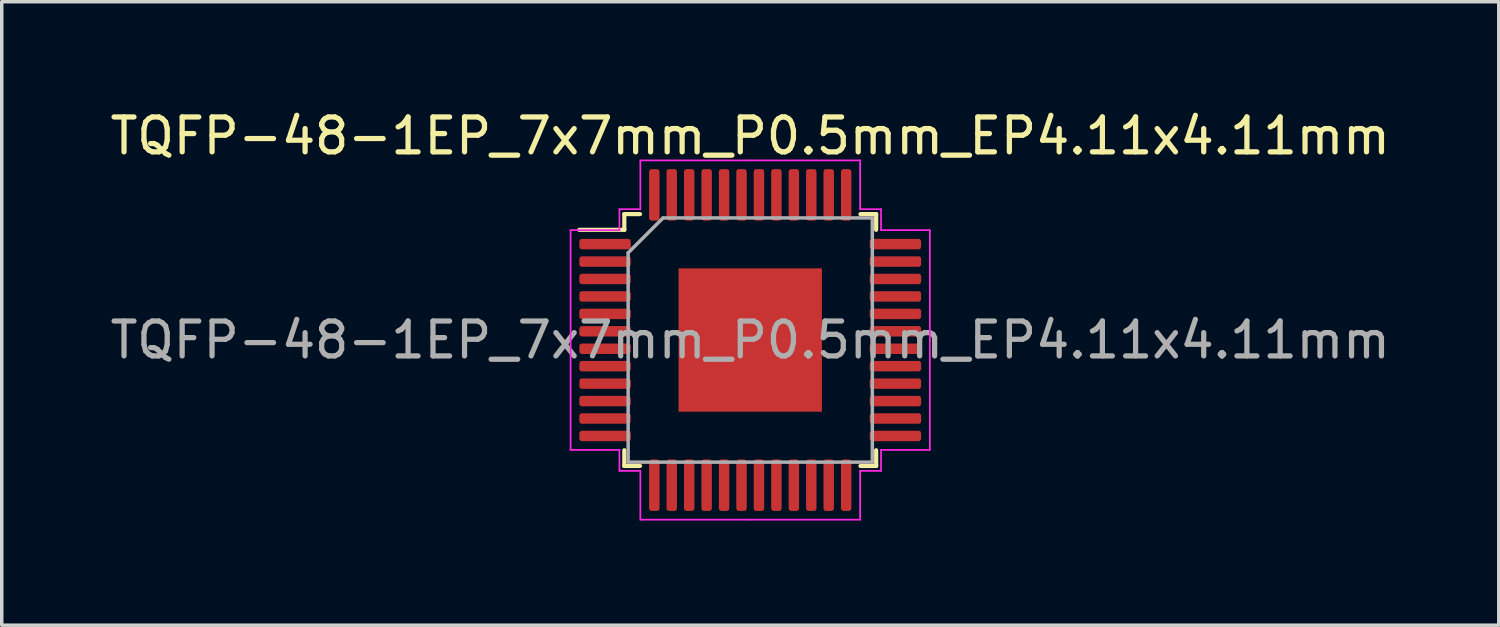
<source format=kicad_pcb>
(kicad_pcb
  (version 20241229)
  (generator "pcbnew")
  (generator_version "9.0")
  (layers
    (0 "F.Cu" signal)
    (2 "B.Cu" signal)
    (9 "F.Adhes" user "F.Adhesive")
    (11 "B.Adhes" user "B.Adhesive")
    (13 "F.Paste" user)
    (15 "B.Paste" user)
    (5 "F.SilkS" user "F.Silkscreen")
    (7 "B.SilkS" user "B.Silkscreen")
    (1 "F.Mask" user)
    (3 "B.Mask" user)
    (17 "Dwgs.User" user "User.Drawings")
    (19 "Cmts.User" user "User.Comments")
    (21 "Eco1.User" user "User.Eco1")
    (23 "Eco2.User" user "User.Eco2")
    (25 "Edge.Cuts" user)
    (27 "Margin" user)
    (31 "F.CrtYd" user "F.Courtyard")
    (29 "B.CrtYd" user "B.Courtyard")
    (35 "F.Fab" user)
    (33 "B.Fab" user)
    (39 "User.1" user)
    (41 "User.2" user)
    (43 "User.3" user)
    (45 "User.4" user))
  (footprint "TQFP-48-1EP_7x7mm_P0.5mm_EP4.11x4.11mm"
    (layer "F.Cu")
    (at 18.458 6.698)
    (property "Reference" "TQFP-48-1EP_7x7mm_P0.5mm_EP4.11x4.11mm" (at 0 -5.85 0) (layer "F.SilkS") (effects (font (size 1 1) (thickness 0.15))))
    (attr smd)
    (fp_line (start -3.61 -3.61) (end -3.61 -3.16) (stroke (width 0.12) (type solid)) (layer "F.SilkS"))
    (fp_line (start -3.61 -3.16) (end -4.9 -3.16) (stroke (width 0.12) (type solid)) (layer "F.SilkS"))
    (fp_line (start -3.61 3.61) (end -3.61 3.16) (stroke (width 0.12) (type solid)) (layer "F.SilkS"))
    (fp_line (start -3.16 -3.61) (end -3.61 -3.61) (stroke (width 0.12) (type solid)) (layer "F.SilkS"))
    (fp_line (start -3.16 3.61) (end -3.61 3.61) (stroke (width 0.12) (type solid)) (layer "F.SilkS"))
    (fp_line (start 3.16 -3.61) (end 3.61 -3.61) (stroke (width 0.12) (type solid)) (layer "F.SilkS"))
    (fp_line (start 3.16 3.61) (end 3.61 3.61) (stroke (width 0.12) (type solid)) (layer "F.SilkS"))
    (fp_line (start 3.61 -3.61) (end 3.61 -3.16) (stroke (width 0.12) (type solid)) (layer "F.SilkS"))
    (fp_line (start 3.61 3.61) (end 3.61 3.16) (stroke (width 0.12) (type solid)) (layer "F.SilkS"))
    (fp_line (start -5.15 -3.15) (end -5.15 0) (stroke (width 0.05) (type solid)) (layer "F.CrtYd"))
    (fp_line (start -5.15 3.15) (end -5.15 0) (stroke (width 0.05) (type solid)) (layer "F.CrtYd"))
    (fp_line (start -3.75 -3.75) (end -3.75 -3.15) (stroke (width 0.05) (type solid)) (layer "F.CrtYd"))
    (fp_line (start -3.75 -3.15) (end -5.15 -3.15) (stroke (width 0.05) (type solid)) (layer "F.CrtYd"))
    (fp_line (start -3.75 3.15) (end -5.15 3.15) (stroke (width 0.05) (type solid)) (layer "F.CrtYd"))
    (fp_line (start -3.75 3.75) (end -3.75 3.15) (stroke (width 0.05) (type solid)) (layer "F.CrtYd"))
    (fp_line (start -3.15 -5.15) (end -3.15 -3.75) (stroke (width 0.05) (type solid)) (layer "F.CrtYd"))
    (fp_line (start -3.15 -3.75) (end -3.75 -3.75) (stroke (width 0.05) (type solid)) (layer "F.CrtYd"))
    (fp_line (start -3.15 3.75) (end -3.75 3.75) (stroke (width 0.05) (type solid)) (layer "F.CrtYd"))
    (fp_line (start -3.15 5.15) (end -3.15 3.75) (stroke (width 0.05) (type solid)) (layer "F.CrtYd"))
    (fp_line (start 0 -5.15) (end -3.15 -5.15) (stroke (width 0.05) (type solid)) (layer "F.CrtYd"))
    (fp_line (start 0 -5.15) (end 3.15 -5.15) (stroke (width 0.05) (type solid)) (layer "F.CrtYd"))
    (fp_line (start 0 5.15) (end -3.15 5.15) (stroke (width 0.05) (type solid)) (layer "F.CrtYd"))
    (fp_line (start 0 5.15) (end 3.15 5.15) (stroke (width 0.05) (type solid)) (layer "F.CrtYd"))
    (fp_line (start 3.15 -5.15) (end 3.15 -3.75) (stroke (width 0.05) (type solid)) (layer "F.CrtYd"))
    (fp_line (start 3.15 -3.75) (end 3.75 -3.75) (stroke (width 0.05) (type solid)) (layer "F.CrtYd"))
    (fp_line (start 3.15 3.75) (end 3.75 3.75) (stroke (width 0.05) (type solid)) (layer "F.CrtYd"))
    (fp_line (start 3.15 5.15) (end 3.15 3.75) (stroke (width 0.05) (type solid)) (layer "F.CrtYd"))
    (fp_line (start 3.75 -3.75) (end 3.75 -3.15) (stroke (width 0.05) (type solid)) (layer "F.CrtYd"))
    (fp_line (start 3.75 -3.15) (end 5.15 -3.15) (stroke (width 0.05) (type solid)) (layer "F.CrtYd"))
    (fp_line (start 3.75 3.15) (end 5.15 3.15) (stroke (width 0.05) (type solid)) (layer "F.CrtYd"))
    (fp_line (start 3.75 3.75) (end 3.75 3.15) (stroke (width 0.05) (type solid)) (layer "F.CrtYd"))
    (fp_line (start 5.15 -3.15) (end 5.15 0) (stroke (width 0.05) (type solid)) (layer "F.CrtYd"))
    (fp_line (start 5.15 3.15) (end 5.15 0) (stroke (width 0.05) (type solid)) (layer "F.CrtYd"))
    (fp_line (start -3.5 -2.5) (end -2.5 -3.5) (stroke (width 0.1) (type solid)) (layer "F.Fab"))
    (fp_line (start -3.5 3.5) (end -3.5 -2.5) (stroke (width 0.1) (type solid)) (layer "F.Fab"))
    (fp_line (start -2.5 -3.5) (end 3.5 -3.5) (stroke (width 0.1) (type solid)) (layer "F.Fab"))
    (fp_line (start 3.5 -3.5) (end 3.5 3.5) (stroke (width 0.1) (type solid)) (layer "F.Fab"))
    (fp_line (start 3.5 3.5) (end -3.5 3.5) (stroke (width 0.1) (type solid)) (layer "F.Fab"))
    (fp_text user "${REFERENCE}" (at 0 0 0) (layer "F.Fab") (effects (font (size 1 1) (thickness 0.15))))
    (pad "" smd roundrect (at -1.545 -1.545) (size 0.83 0.83) (layers "F.Paste") (roundrect_rratio 0.25))
    (pad "" smd roundrect (at -1.545 -0.515) (size 0.83 0.83) (layers "F.Paste") (roundrect_rratio 0.25))
    (pad "" smd roundrect (at -1.545 0.515) (size 0.83 0.83) (layers "F.Paste") (roundrect_rratio 0.25))
    (pad "" smd roundrect (at -1.545 1.545) (size 0.83 0.83) (layers "F.Paste") (roundrect_rratio 0.25))
    (pad "" smd roundrect (at -0.515 -1.545) (size 0.83 0.83) (layers "F.Paste") (roundrect_rratio 0.25))
    (pad "" smd roundrect (at -0.515 -0.515) (size 0.83 0.83) (layers "F.Paste") (roundrect_rratio 0.25))
    (pad "" smd roundrect (at -0.515 0.515) (size 0.83 0.83) (layers "F.Paste") (roundrect_rratio 0.25))
    (pad "" smd roundrect (at -0.515 1.545) (size 0.83 0.83) (layers "F.Paste") (roundrect_rratio 0.25))
    (pad "" smd roundrect (at 0.515 -1.545) (size 0.83 0.83) (layers "F.Paste") (roundrect_rratio 0.25))
    (pad "" smd roundrect (at 0.515 -0.515) (size 0.83 0.83) (layers "F.Paste") (roundrect_rratio 0.25))
    (pad "" smd roundrect (at 0.515 0.515) (size 0.83 0.83) (layers "F.Paste") (roundrect_rratio 0.25))
    (pad "" smd roundrect (at 0.515 1.545) (size 0.83 0.83) (layers "F.Paste") (roundrect_rratio 0.25))
    (pad "" smd roundrect (at 1.545 -1.545) (size 0.83 0.83) (layers "F.Paste") (roundrect_rratio 0.25))
    (pad "" smd roundrect (at 1.545 -0.515) (size 0.83 0.83) (layers "F.Paste") (roundrect_rratio 0.25))
    (pad "" smd roundrect (at 1.545 0.515) (size 0.83 0.83) (layers "F.Paste") (roundrect_rratio 0.25))
    (pad "" smd roundrect (at 1.545 1.545) (size 0.83 0.83) (layers "F.Paste") (roundrect_rratio 0.25))
    (pad "1" smd roundrect (at -4.162 -2.75) (size 1.475 0.3) (layers "F.Cu" "F.Mask" "F.Paste") (roundrect_rratio 0.25))
    (pad "2" smd roundrect (at -4.162 -2.25) (size 1.475 0.3) (layers "F.Cu" "F.Mask" "F.Paste") (roundrect_rratio 0.25))
    (pad "3" smd roundrect (at -4.162 -1.75) (size 1.475 0.3) (layers "F.Cu" "F.Mask" "F.Paste") (roundrect_rratio 0.25))
    (pad "4" smd roundrect (at -4.162 -1.25) (size 1.475 0.3) (layers "F.Cu" "F.Mask" "F.Paste") (roundrect_rratio 0.25))
    (pad "5" smd roundrect (at -4.162 -0.75) (size 1.475 0.3) (layers "F.Cu" "F.Mask" "F.Paste") (roundrect_rratio 0.25))
    (pad "6" smd roundrect (at -4.162 -0.25) (size 1.475 0.3) (layers "F.Cu" "F.Mask" "F.Paste") (roundrect_rratio 0.25))
    (pad "7" smd roundrect (at -4.162 0.25) (size 1.475 0.3) (layers "F.Cu" "F.Mask" "F.Paste") (roundrect_rratio 0.25))
    (pad "8" smd roundrect (at -4.162 0.75) (size 1.475 0.3) (layers "F.Cu" "F.Mask" "F.Paste") (roundrect_rratio 0.25))
    (pad "9" smd roundrect (at -4.162 1.25) (size 1.475 0.3) (layers "F.Cu" "F.Mask" "F.Paste") (roundrect_rratio 0.25))
    (pad "10" smd roundrect (at -4.162 1.75) (size 1.475 0.3) (layers "F.Cu" "F.Mask" "F.Paste") (roundrect_rratio 0.25))
    (pad "11" smd roundrect (at -4.162 2.25) (size 1.475 0.3) (layers "F.Cu" "F.Mask" "F.Paste") (roundrect_rratio 0.25))
    (pad "12" smd roundrect (at -4.162 2.75) (size 1.475 0.3) (layers "F.Cu" "F.Mask" "F.Paste") (roundrect_rratio 0.25))
    (pad "13" smd roundrect (at -2.75 4.162) (size 0.3 1.475) (layers "F.Cu" "F.Mask" "F.Paste") (roundrect_rratio 0.25))
    (pad "14" smd roundrect (at -2.25 4.162) (size 0.3 1.475) (layers "F.Cu" "F.Mask" "F.Paste") (roundrect_rratio 0.25))
    (pad "15" smd roundrect (at -1.75 4.162) (size 0.3 1.475) (layers "F.Cu" "F.Mask" "F.Paste") (roundrect_rratio 0.25))
    (pad "16" smd roundrect (at -1.25 4.162) (size 0.3 1.475) (layers "F.Cu" "F.Mask" "F.Paste") (roundrect_rratio 0.25))
    (pad "17" smd roundrect (at -0.75 4.162) (size 0.3 1.475) (layers "F.Cu" "F.Mask" "F.Paste") (roundrect_rratio 0.25))
    (pad "18" smd roundrect (at -0.25 4.162) (size 0.3 1.475) (layers "F.Cu" "F.Mask" "F.Paste") (roundrect_rratio 0.25))
    (pad "19" smd roundrect (at 0.25 4.162) (size 0.3 1.475) (layers "F.Cu" "F.Mask" "F.Paste") (roundrect_rratio 0.25))
    (pad "20" smd roundrect (at 0.75 4.162) (size 0.3 1.475) (layers "F.Cu" "F.Mask" "F.Paste") (roundrect_rratio 0.25))
    (pad "21" smd roundrect (at 1.25 4.162) (size 0.3 1.475) (layers "F.Cu" "F.Mask" "F.Paste") (roundrect_rratio 0.25))
    (pad "22" smd roundrect (at 1.75 4.162) (size 0.3 1.475) (layers "F.Cu" "F.Mask" "F.Paste") (roundrect_rratio 0.25))
    (pad "23" smd roundrect (at 2.25 4.162) (size 0.3 1.475) (layers "F.Cu" "F.Mask" "F.Paste") (roundrect_rratio 0.25))
    (pad "24" smd roundrect (at 2.75 4.162) (size 0.3 1.475) (layers "F.Cu" "F.Mask" "F.Paste") (roundrect_rratio 0.25))
    (pad "25" smd roundrect (at 4.162 2.75) (size 1.475 0.3) (layers "F.Cu" "F.Mask" "F.Paste") (roundrect_rratio 0.25))
    (pad "26" smd roundrect (at 4.162 2.25) (size 1.475 0.3) (layers "F.Cu" "F.Mask" "F.Paste") (roundrect_rratio 0.25))
    (pad "27" smd roundrect (at 4.162 1.75) (size 1.475 0.3) (layers "F.Cu" "F.Mask" "F.Paste") (roundrect_rratio 0.25))
    (pad "28" smd roundrect (at 4.162 1.25) (size 1.475 0.3) (layers "F.Cu" "F.Mask" "F.Paste") (roundrect_rratio 0.25))
    (pad "29" smd roundrect (at 4.162 0.75) (size 1.475 0.3) (layers "F.Cu" "F.Mask" "F.Paste") (roundrect_rratio 0.25))
    (pad "30" smd roundrect (at 4.162 0.25) (size 1.475 0.3) (layers "F.Cu" "F.Mask" "F.Paste") (roundrect_rratio 0.25))
    (pad "31" smd roundrect (at 4.162 -0.25) (size 1.475 0.3) (layers "F.Cu" "F.Mask" "F.Paste") (roundrect_rratio 0.25))
    (pad "32" smd roundrect (at 4.162 -0.75) (size 1.475 0.3) (layers "F.Cu" "F.Mask" "F.Paste") (roundrect_rratio 0.25))
    (pad "33" smd roundrect (at 4.162 -1.25) (size 1.475 0.3) (layers "F.Cu" "F.Mask" "F.Paste") (roundrect_rratio 0.25))
    (pad "34" smd roundrect (at 4.162 -1.75) (size 1.475 0.3) (layers "F.Cu" "F.Mask" "F.Paste") (roundrect_rratio 0.25))
    (pad "35" smd roundrect (at 4.162 -2.25) (size 1.475 0.3) (layers "F.Cu" "F.Mask" "F.Paste") (roundrect_rratio 0.25))
    (pad "36" smd roundrect (at 4.162 -2.75) (size 1.475 0.3) (layers "F.Cu" "F.Mask" "F.Paste") (roundrect_rratio 0.25))
    (pad "37" smd roundrect (at 2.75 -4.162) (size 0.3 1.475) (layers "F.Cu" "F.Mask" "F.Paste") (roundrect_rratio 0.25))
    (pad "38" smd roundrect (at 2.25 -4.162) (size 0.3 1.475) (layers "F.Cu" "F.Mask" "F.Paste") (roundrect_rratio 0.25))
    (pad "39" smd roundrect (at 1.75 -4.162) (size 0.3 1.475) (layers "F.Cu" "F.Mask" "F.Paste") (roundrect_rratio 0.25))
    (pad "40" smd roundrect (at 1.25 -4.162) (size 0.3 1.475) (layers "F.Cu" "F.Mask" "F.Paste") (roundrect_rratio 0.25))
    (pad "41" smd roundrect (at 0.75 -4.162) (size 0.3 1.475) (layers "F.Cu" "F.Mask" "F.Paste") (roundrect_rratio 0.25))
    (pad "42" smd roundrect (at 0.25 -4.162) (size 0.3 1.475) (layers "F.Cu" "F.Mask" "F.Paste") (roundrect_rratio 0.25))
    (pad "43" smd roundrect (at -0.25 -4.162) (size 0.3 1.475) (layers "F.Cu" "F.Mask" "F.Paste") (roundrect_rratio 0.25))
    (pad "44" smd roundrect (at -0.75 -4.162) (size 0.3 1.475) (layers "F.Cu" "F.Mask" "F.Paste") (roundrect_rratio 0.25))
    (pad "45" smd roundrect (at -1.25 -4.162) (size 0.3 1.475) (layers "F.Cu" "F.Mask" "F.Paste") (roundrect_rratio 0.25))
    (pad "46" smd roundrect (at -1.75 -4.162) (size 0.3 1.475) (layers "F.Cu" "F.Mask" "F.Paste") (roundrect_rratio 0.25))
    (pad "47" smd roundrect (at -2.25 -4.162) (size 0.3 1.475) (layers "F.Cu" "F.Mask" "F.Paste") (roundrect_rratio 0.25))
    (pad "48" smd roundrect (at -2.75 -4.162) (size 0.3 1.475) (layers "F.Cu" "F.Mask" "F.Paste") (roundrect_rratio 0.25))
    (pad "49" smd rect (at 0 0) (size 4.11 4.11) (layers "F.Cu" "F.Mask")))
  (gr_rect
    (start -3 -3)
    (end 39.917 14.873)
    (stroke (width 0.1) (type default))
    (fill no)
    (layer "Edge.Cuts")))
</source>
